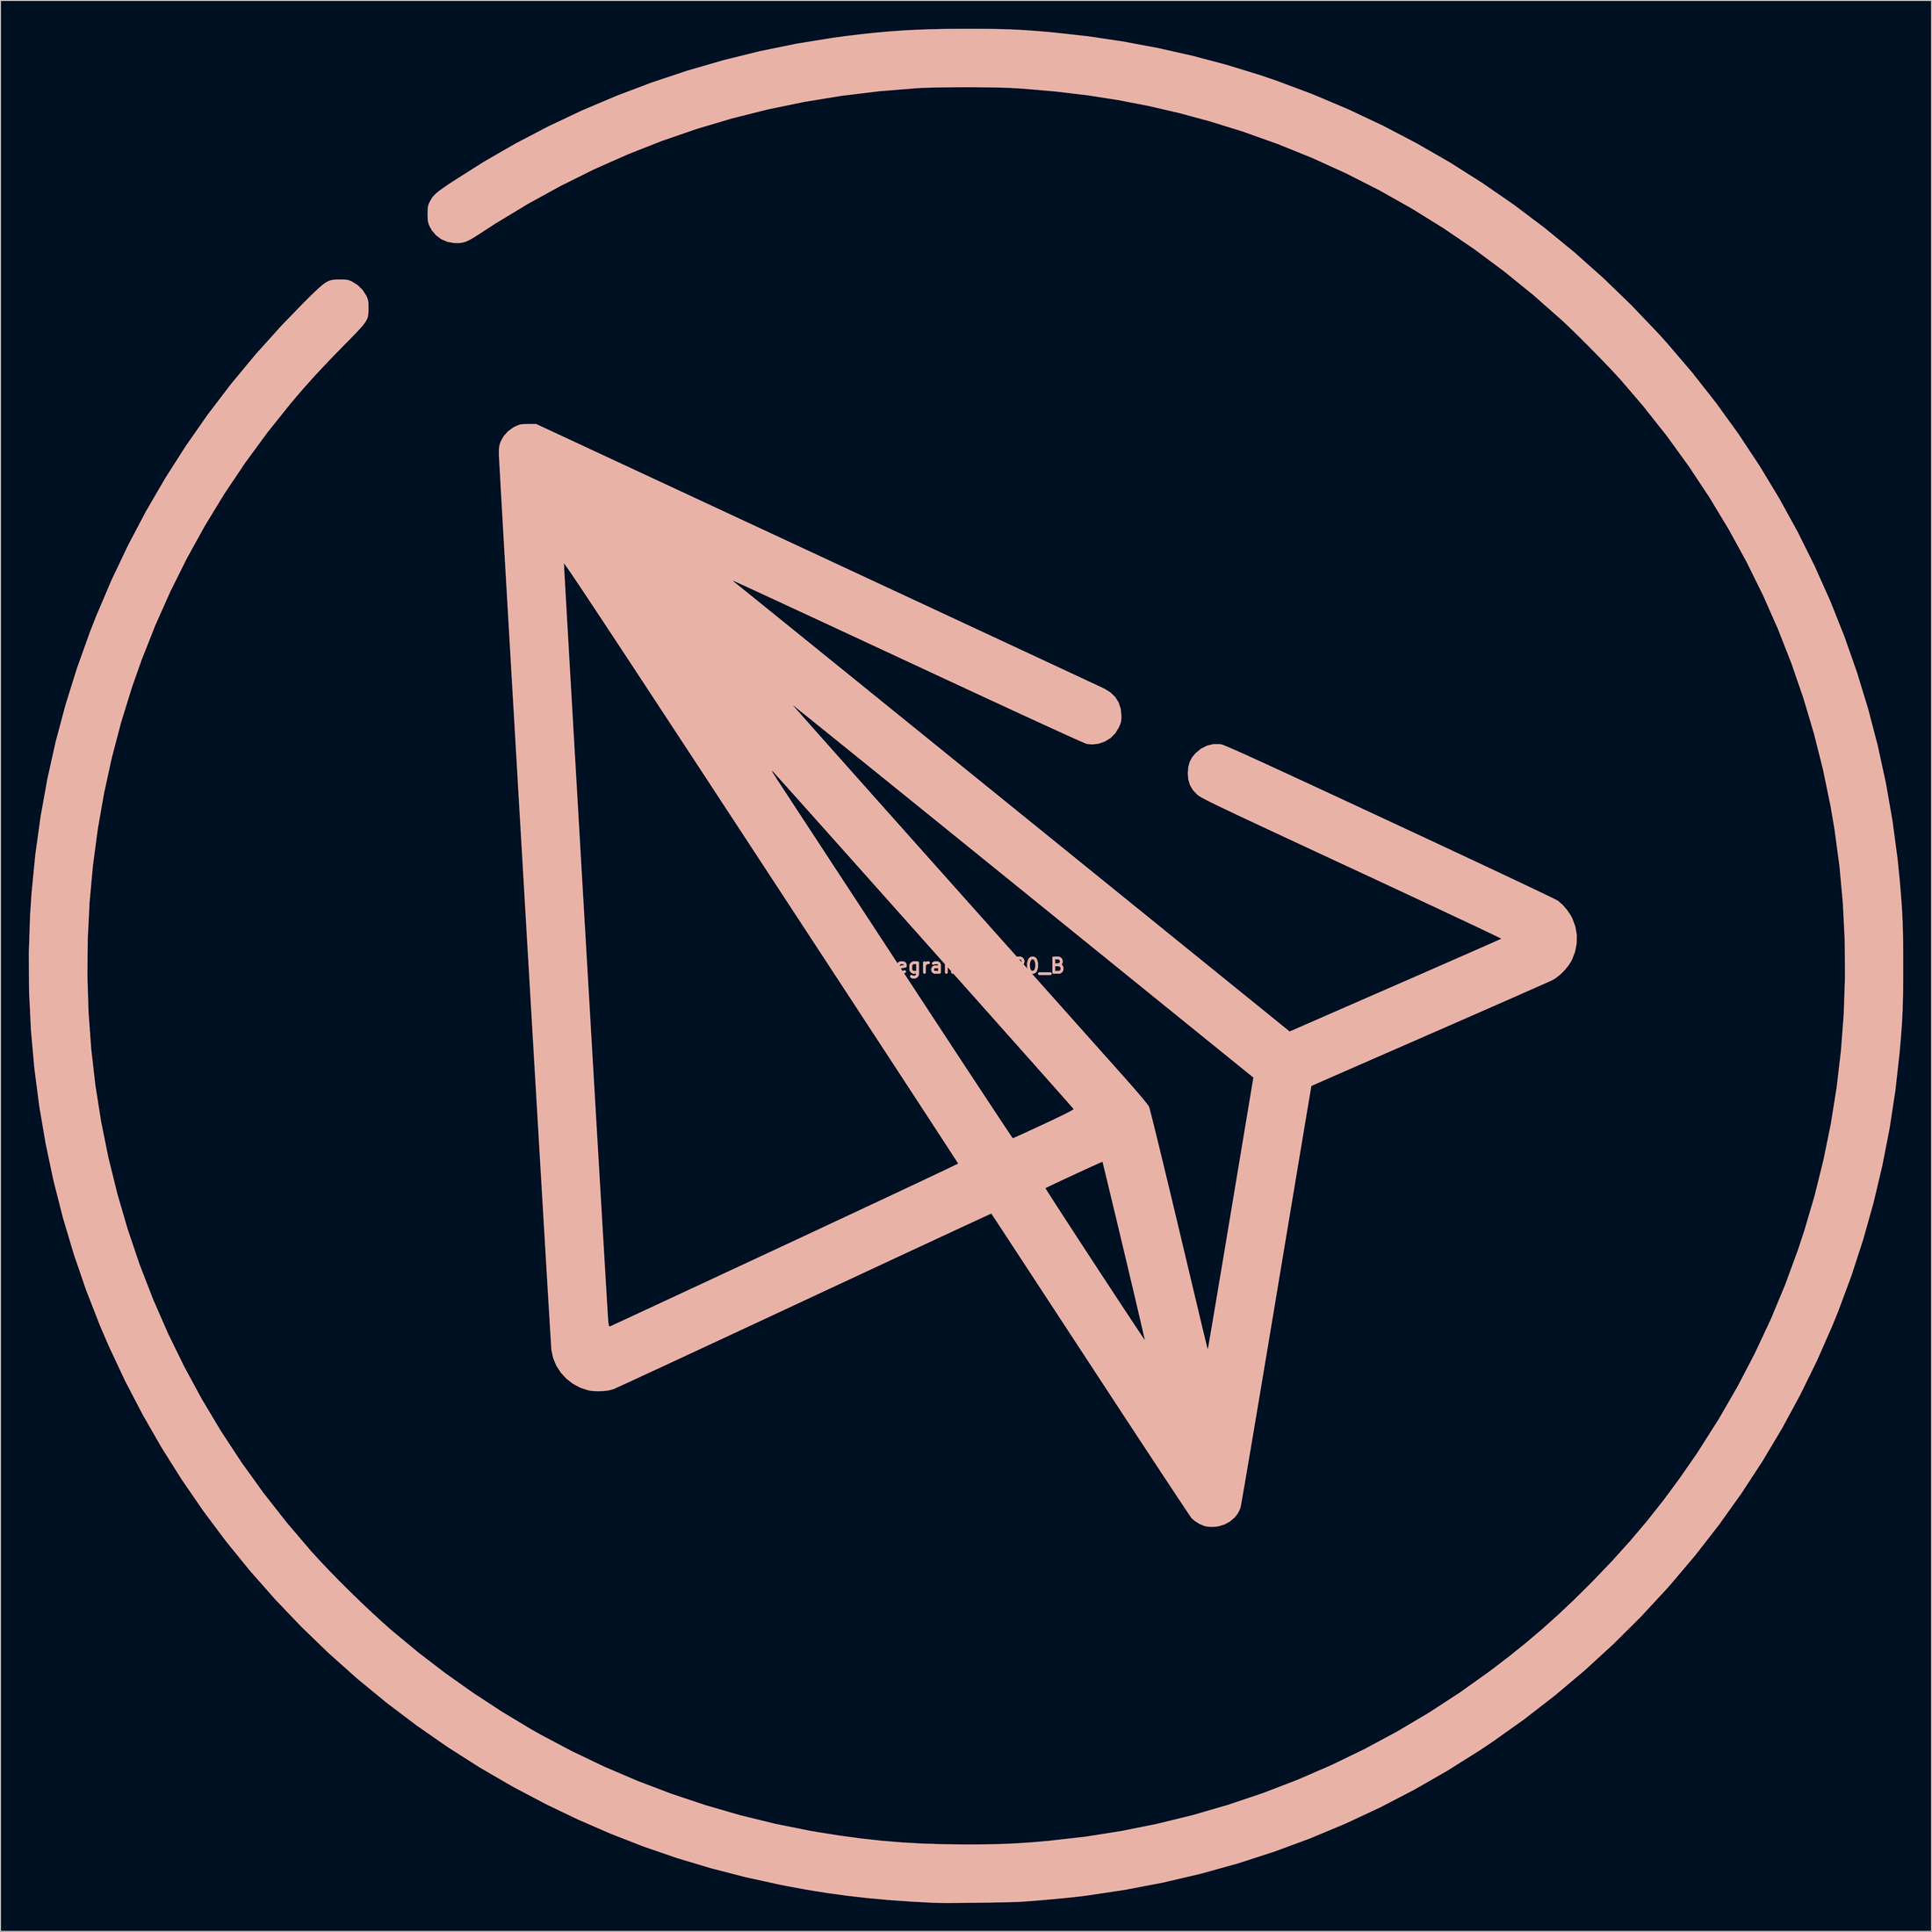
<source format=kicad_pcb>
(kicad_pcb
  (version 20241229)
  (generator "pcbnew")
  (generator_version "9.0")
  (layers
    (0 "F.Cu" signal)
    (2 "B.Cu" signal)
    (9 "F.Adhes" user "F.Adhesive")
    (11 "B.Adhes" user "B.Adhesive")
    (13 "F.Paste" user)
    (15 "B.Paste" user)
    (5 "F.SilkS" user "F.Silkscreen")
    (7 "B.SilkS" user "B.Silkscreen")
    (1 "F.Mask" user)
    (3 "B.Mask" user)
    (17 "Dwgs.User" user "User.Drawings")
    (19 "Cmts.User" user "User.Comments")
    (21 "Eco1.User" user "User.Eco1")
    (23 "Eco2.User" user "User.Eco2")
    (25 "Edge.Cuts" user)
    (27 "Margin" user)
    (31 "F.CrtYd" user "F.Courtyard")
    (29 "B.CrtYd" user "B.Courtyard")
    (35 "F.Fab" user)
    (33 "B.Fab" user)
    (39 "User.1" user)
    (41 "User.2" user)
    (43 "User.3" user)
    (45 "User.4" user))
  (footprint "telegram_20x20_B"
    (layer "F.Cu")
    (at 99.396 99.356)
    (property "Reference" "telegram_20x20_B" (at 0 0 0) (layer "B.SilkS") (effects (font (size 1.524 1.524) (thickness 0.3))))
    (attr through_hole)
    (fp_poly (pts (xy 1.18 -99.349) (xy 2.22 -99.343) (xy 3.151 -99.331) (xy 4.002 -99.311) (xy 4.802 -99.284) (xy 5.582 -99.247) (xy 6.372 -99.199) (xy 7.201 -99.139) (xy 8.099 -99.066) (xy 9.095 -98.978) (xy 9.186 -98.97) (xy 12.913 -98.559) (xy 16.649 -98.002) (xy 20.373 -97.305) (xy 24.058 -96.473) (xy 27.681 -95.51) (xy 31.218 -94.422) (xy 32.874 -93.858) (xy 36.713 -92.42) (xy 40.478 -90.83) (xy 44.167 -89.09) (xy 47.776 -87.203) (xy 51.302 -85.171) (xy 54.741 -82.995) (xy 58.09 -80.68) (xy 61.345 -78.226) (xy 64.503 -75.637) (xy 67.56 -72.914) (xy 70.512 -70.06) (xy 73.357 -67.078) (xy 74.311 -66.022) (xy 76.977 -62.902) (xy 79.503 -59.69) (xy 81.886 -56.389) (xy 84.126 -53.004) (xy 86.219 -49.539) (xy 88.165 -45.998) (xy 89.961 -42.384) (xy 91.607 -38.701) (xy 93.1 -34.955) (xy 94.438 -31.148) (xy 95.62 -27.284) (xy 96.644 -23.369) (xy 97.508 -19.404) (xy 98.211 -15.396) (xy 98.751 -11.347) (xy 98.97 -9.186) (xy 99.059 -8.18) (xy 99.133 -7.275) (xy 99.194 -6.441) (xy 99.243 -5.649) (xy 99.281 -4.869) (xy 99.309 -4.072) (xy 99.329 -3.226) (xy 99.342 -2.304) (xy 99.349 -1.274) (xy 99.351 -0.107) (xy 99.351 0) (xy 99.349 1.18) (xy 99.343 2.22) (xy 99.331 3.151) (xy 99.311 4.002) (xy 99.284 4.802) (xy 99.247 5.582) (xy 99.199 6.372) (xy 99.139 7.201) (xy 99.066 8.099) (xy 98.978 9.095) (xy 98.97 9.186) (xy 98.522 13.206) (xy 97.911 17.208) (xy 97.137 21.182) (xy 96.203 25.119) (xy 95.112 29.008) (xy 93.866 32.841) (xy 92.468 36.607) (xy 91.864 38.099) (xy 90.228 41.821) (xy 88.44 45.472) (xy 86.502 49.047) (xy 84.417 52.542) (xy 82.188 55.951) (xy 79.817 59.271) (xy 77.308 62.497) (xy 74.663 65.624) (xy 74.324 66.007) (xy 71.506 69.046) (xy 68.581 71.953) (xy 65.549 74.73) (xy 62.408 77.376) (xy 59.159 79.893) (xy 55.8 82.281) (xy 54.483 83.162) (xy 51.018 85.342) (xy 47.481 87.368) (xy 43.875 89.241) (xy 40.202 90.958) (xy 36.463 92.52) (xy 32.661 93.926) (xy 28.798 95.175) (xy 24.876 96.266) (xy 20.897 97.198) (xy 16.863 97.971) (xy 12.776 98.584) (xy 12.404 98.631) (xy 11.695 98.715) (xy 10.857 98.805) (xy 9.928 98.897) (xy 8.948 98.989) (xy 7.956 99.075) (xy 6.99 99.154) (xy 6.091 99.221) (xy 5.927 99.232) (xy 5.572 99.25) (xy 5.074 99.269) (xy 4.456 99.286) (xy 3.742 99.303) (xy 2.956 99.318) (xy 2.122 99.332) (xy 1.263 99.343) (xy 0.404 99.353) (xy -0.432 99.36) (xy -1.222 99.365) (xy -1.94 99.367) (xy -2.564 99.365) (xy -3.07 99.359) (xy -3.433 99.35) (xy -3.471 99.348) (xy -5.929 99.216) (xy -8.252 99.05) (xy -10.474 98.846) (xy -12.628 98.601) (xy -14.746 98.31) (xy -16.861 97.97) (xy -19.005 97.576) (xy -19.643 97.451) (xy -23.412 96.626) (xy -27.078 95.68) (xy -30.664 94.604) (xy -34.189 93.391) (xy -37.676 92.033) (xy -41.148 90.524) (xy -44.467 88.934) (xy -48.051 87.048) (xy -51.549 85.018) (xy -54.956 82.849) (xy -58.27 80.546) (xy -61.484 78.113) (xy -64.596 75.554) (xy -67.602 72.873) (xy -70.497 70.075) (xy -73.277 67.165) (xy -75.938 64.146) (xy -78.477 61.024) (xy -80.888 57.801) (xy -83.168 54.484) (xy -85.314 51.075) (xy -87.32 47.58) (xy -89.183 44.003) (xy -90.898 40.348) (xy -91.851 38.131) (xy -93.312 34.388) (xy -94.619 30.58) (xy -95.772 26.715) (xy -96.768 22.799) (xy -97.606 18.843) (xy -98.286 14.852) (xy -98.805 10.836) (xy -99.164 6.803) (xy -99.359 2.76) (xy -99.391 -1.285) (xy -99.257 -5.323) (xy -99.101 -7.689) (xy -98.699 -11.792) (xy -98.139 -15.837) (xy -97.42 -19.828) (xy -96.54 -23.768) (xy -95.499 -27.664) (xy -94.296 -31.519) (xy -92.929 -35.339) (xy -92.246 -37.084) (xy -90.632 -40.872) (xy -88.874 -44.569) (xy -86.974 -48.177) (xy -84.93 -51.693) (xy -82.745 -55.118) (xy -80.417 -58.451) (xy -77.947 -61.691) (xy -75.336 -64.839) (xy -72.583 -67.894) (xy -70.358 -70.191) (xy -69.732 -70.816) (xy -69.208 -71.331) (xy -68.77 -71.747) (xy -68.402 -72.074) (xy -68.088 -72.323) (xy -67.811 -72.504) (xy -67.556 -72.629) (xy -67.306 -72.707) (xy -67.044 -72.75) (xy -66.755 -72.767) (xy -66.422 -72.771) (xy -66.421 -72.771) (xy -66.011 -72.766) (xy -65.716 -72.744) (xy -65.484 -72.697) (xy -65.261 -72.614) (xy -65.088 -72.532) (xy -64.502 -72.156) (xy -63.999 -71.655) (xy -63.619 -71.07) (xy -63.612 -71.056) (xy -63.499 -70.809) (xy -63.429 -70.591) (xy -63.391 -70.348) (xy -63.377 -70.027) (xy -63.376 -69.723) (xy -63.379 -69.408) (xy -63.393 -69.138) (xy -63.427 -68.896) (xy -63.493 -68.665) (xy -63.601 -68.432) (xy -63.761 -68.178) (xy -63.985 -67.889) (xy -64.281 -67.549) (xy -64.662 -67.141) (xy -65.137 -66.651) (xy -65.717 -66.06) (xy -65.939 -65.836) (xy -67.109 -64.638) (xy -68.174 -63.522) (xy -69.156 -62.464) (xy -70.08 -61.436) (xy -70.969 -60.412) (xy -71.618 -59.644) (xy -74.116 -56.521) (xy -76.467 -53.315) (xy -78.67 -50.028) (xy -80.724 -46.66) (xy -82.629 -43.214) (xy -84.384 -39.69) (xy -85.988 -36.09) (xy -87.44 -32.416) (xy -88.45 -29.549) (xy -89.593 -25.861) (xy -90.579 -22.117) (xy -91.409 -18.325) (xy -92.08 -14.494) (xy -92.594 -10.633) (xy -92.949 -6.749) (xy -93.144 -2.853) (xy -93.181 1.049) (xy -93.058 4.946) (xy -92.774 8.831) (xy -92.33 12.695) (xy -91.724 16.528) (xy -90.967 20.278) (xy -90.016 24.138) (xy -88.906 27.941) (xy -87.639 31.682) (xy -86.216 35.359) (xy -84.64 38.968) (xy -82.911 42.508) (xy -81.031 45.974) (xy -79.003 49.364) (xy -76.826 52.675) (xy -74.503 55.903) (xy -72.035 59.047) (xy -69.462 62.061) (xy -68.561 63.049) (xy -67.554 64.113) (xy -66.47 65.223) (xy -65.337 66.351) (xy -64.184 67.47) (xy -63.039 68.552) (xy -61.931 69.568) (xy -60.888 70.49) (xy -60.832 70.538) (xy -58.103 72.8) (xy -55.243 74.99) (xy -52.283 77.088) (xy -49.253 79.071) (xy -46.183 80.919) (xy -45.17 81.493) (xy -41.819 83.271) (xy -38.375 84.916) (xy -34.853 86.423) (xy -31.266 87.787) (xy -27.628 89.003) (xy -23.955 90.067) (xy -20.26 90.972) (xy -16.557 91.715) (xy -15.721 91.86) (xy -13.401 92.226) (xy -11.184 92.526) (xy -9.023 92.764) (xy -6.876 92.943) (xy -4.699 93.067) (xy -2.447 93.139) (xy -0.077 93.163) (xy 0 93.163) (xy 1.278 93.159) (xy 2.426 93.146) (xy 3.481 93.122) (xy 4.483 93.086) (xy 5.47 93.035) (xy 6.481 92.969) (xy 7.553 92.886) (xy 8.678 92.787) (xy 12.559 92.35) (xy 16.415 91.746) (xy 20.24 90.978) (xy 24.028 90.049) (xy 27.774 88.96) (xy 31.472 87.714) (xy 35.117 86.313) (xy 38.703 84.76) (xy 42.223 83.055) (xy 45.673 81.202) (xy 49.047 79.203) (xy 52.338 77.059) (xy 55.542 74.774) (xy 55.662 74.684) (xy 57.551 73.238) (xy 59.336 71.803) (xy 61.052 70.347) (xy 62.736 68.84) (xy 64.421 67.25) (xy 66.145 65.546) (xy 66.421 65.267) (xy 68.475 63.123) (xy 70.397 60.992) (xy 72.217 58.84) (xy 73.961 56.631) (xy 75.66 54.33) (xy 77.341 51.903) (xy 77.682 51.393) (xy 79.818 48.025) (xy 81.8 44.586) (xy 83.629 41.078) (xy 85.304 37.5) (xy 86.823 33.857) (xy 88.186 30.147) (xy 88.846 28.152) (xy 89.95 24.405) (xy 90.893 20.611) (xy 91.675 16.778) (xy 92.295 12.911) (xy 92.753 9.019) (xy 93.048 5.109) (xy 93.18 1.187) (xy 93.149 -2.738) (xy 92.954 -6.66) (xy 92.595 -10.571) (xy 92.07 -14.464) (xy 91.65 -16.933) (xy 90.853 -20.794) (xy 89.894 -24.607) (xy 88.775 -28.37) (xy 87.498 -32.079) (xy 86.065 -35.728) (xy 84.478 -39.315) (xy 82.739 -42.835) (xy 80.85 -46.284) (xy 78.813 -49.658) (xy 76.629 -52.954) (xy 74.302 -56.167) (xy 71.832 -59.293) (xy 69.462 -62.061) (xy 68.942 -62.633) (xy 68.322 -63.296) (xy 67.629 -64.022) (xy 66.887 -64.787) (xy 66.121 -65.566) (xy 65.356 -66.332) (xy 64.618 -67.061) (xy 63.931 -67.727) (xy 63.32 -68.305) (xy 63.161 -68.452) (xy 60.146 -71.113) (xy 57.041 -73.631) (xy 53.85 -76.005) (xy 50.575 -78.233) (xy 47.219 -80.314) (xy 43.783 -82.247) (xy 40.271 -84.03) (xy 36.684 -85.662) (xy 33.025 -87.142) (xy 29.297 -88.468) (xy 25.823 -89.546) (xy 22.608 -90.416) (xy 19.393 -91.162) (xy 16.15 -91.79) (xy 12.856 -92.303) (xy 9.482 -92.706) (xy 6.005 -93.004) (xy 5.165 -93.06) (xy 4.549 -93.09) (xy 3.793 -93.115) (xy 2.925 -93.135) (xy 1.973 -93.148) (xy 0.965 -93.157) (xy -0.069 -93.159) (xy -1.102 -93.156) (xy -2.105 -93.147) (xy -3.049 -93.133) (xy -3.906 -93.113) (xy -4.648 -93.087) (xy -5.165 -93.061) (xy -9.226 -92.732) (xy -13.222 -92.246) (xy -17.153 -91.605) (xy -21.022 -90.806) (xy -24.831 -89.85) (xy -28.58 -88.736) (xy -32.271 -87.463) (xy -35.907 -86.031) (xy -39.488 -84.44) (xy -43.017 -82.688) (xy -46.495 -80.775) (xy -49.924 -78.701) (xy -51.658 -77.578) (xy -52.204 -77.227) (xy -52.651 -76.969) (xy -53.032 -76.792) (xy -53.382 -76.685) (xy -53.732 -76.636) (xy -54.118 -76.632) (xy -54.306 -76.641) (xy -55.009 -76.767) (xy -55.649 -77.041) (xy -56.203 -77.45) (xy -56.654 -77.981) (xy -56.882 -78.385) (xy -56.99 -78.637) (xy -57.057 -78.867) (xy -57.093 -79.131) (xy -57.106 -79.482) (xy -57.108 -79.714) (xy -57.103 -80.121) (xy -57.082 -80.411) (xy -57.036 -80.637) (xy -56.955 -80.849) (xy -56.869 -81.026) (xy -56.733 -81.273) (xy -56.587 -81.493) (xy -56.41 -81.703) (xy -56.184 -81.919) (xy -55.889 -82.158) (xy -55.506 -82.439) (xy -55.017 -82.776) (xy -54.462 -83.148) (xy -51.169 -85.235) (xy -47.772 -87.192) (xy -44.282 -89.016) (xy -40.707 -90.704) (xy -37.056 -92.252) (xy -33.34 -93.656) (xy -29.568 -94.914) (xy -25.75 -96.02) (xy -21.894 -96.973) (xy -18.011 -97.768) (xy -14.11 -98.402) (xy -12.742 -98.585) (xy -11.14 -98.778) (xy -9.63 -98.939) (xy -8.177 -99.07) (xy -6.744 -99.173) (xy -5.295 -99.25) (xy -3.795 -99.304) (xy -2.208 -99.337) (xy -0.499 -99.351) (xy 0 -99.351) (xy 1.18 -99.349)) (stroke (width 0.01) (type solid)) (fill yes) (layer "B.SilkS"))
    (fp_poly (pts (xy -15.79 -43.571) (xy -13.654 -42.576) (xy -11.554 -41.598) (xy -9.496 -40.64) (xy -7.485 -39.703) (xy -5.526 -38.791) (xy -3.625 -37.906) (xy -1.788 -37.05) (xy -0.019 -36.226) (xy 1.676 -35.436) (xy 3.292 -34.683) (xy 4.823 -33.97) (xy 6.264 -33.298) (xy 7.609 -32.671) (xy 8.854 -32.091) (xy 9.993 -31.56) (xy 11.02 -31.081) (xy 11.93 -30.657) (xy 12.718 -30.289) (xy 13.379 -29.98) (xy 13.907 -29.734) (xy 14.296 -29.552) (xy 14.542 -29.436) (xy 14.633 -29.393) (xy 15.285 -28.996) (xy 15.794 -28.507) (xy 16.16 -27.928) (xy 16.38 -27.263) (xy 16.454 -26.541) (xy 16.447 -26.157) (xy 16.409 -25.866) (xy 16.323 -25.59) (xy 16.197 -25.3) (xy 15.818 -24.673) (xy 15.329 -24.173) (xy 14.726 -23.797) (xy 14.702 -23.786) (xy 14.019 -23.549) (xy 13.334 -23.473) (xy 12.781 -23.532) (xy 12.654 -23.578) (xy 12.378 -23.695) (xy 11.957 -23.88) (xy 11.396 -24.131) (xy 10.697 -24.446) (xy 9.866 -24.824) (xy 8.906 -25.262) (xy 7.822 -25.759) (xy 6.617 -26.313) (xy 5.296 -26.922) (xy 3.863 -27.584) (xy 2.323 -28.297) (xy 0.678 -29.06) (xy -1.066 -29.869) (xy -2.906 -30.724) (xy -4.837 -31.623) (xy -6.181 -32.249) (xy -7.855 -33.029) (xy -9.489 -33.789) (xy -11.076 -34.527) (xy -12.609 -35.24) (xy -14.081 -35.925) (xy -15.487 -36.578) (xy -16.819 -37.196) (xy -18.071 -37.777) (xy -19.236 -38.317) (xy -20.308 -38.813) (xy -21.279 -39.262) (xy -22.144 -39.662) (xy -22.895 -40.008) (xy -23.526 -40.298) (xy -24.03 -40.529) (xy -24.402 -40.698) (xy -24.633 -40.801) (xy -24.717 -40.836) (xy -24.718 -40.836) (xy -24.688 -40.772) (xy -24.591 -40.689) (xy -24.514 -40.629) (xy -24.311 -40.465) (xy -23.984 -40.202) (xy -23.538 -39.842) (xy -22.978 -39.39) (xy -22.308 -38.848) (xy -21.531 -38.22) (xy -20.652 -37.51) (xy -19.676 -36.72) (xy -18.606 -35.855) (xy -17.447 -34.918) (xy -16.204 -33.911) (xy -14.879 -32.84) (xy -13.478 -31.707) (xy -12.005 -30.515) (xy -10.464 -29.268) (xy -8.86 -27.969) (xy -7.195 -26.622) (xy -5.476 -25.231) (xy -3.706 -23.798) (xy -1.889 -22.327) (xy -0.029 -20.822) (xy 1.869 -19.286) (xy 3.8 -17.722) (xy 4.36 -17.268) (xy 6.305 -15.694) (xy 8.219 -14.145) (xy 10.097 -12.624) (xy 11.936 -11.135) (xy 13.73 -9.683) (xy 15.477 -8.269) (xy 17.17 -6.898) (xy 18.807 -5.573) (xy 20.382 -4.298) (xy 21.891 -3.076) (xy 23.331 -1.91) (xy 24.696 -0.805) (xy 25.983 0.237) (xy 27.186 1.211) (xy 28.302 2.115) (xy 29.327 2.944) (xy 30.256 3.696) (xy 31.084 4.367) (xy 31.808 4.953) (xy 32.423 5.451) (xy 32.925 5.857) (xy 33.309 6.168) (xy 33.572 6.38) (xy 33.708 6.491) (xy 33.721 6.502) (xy 34.296 6.966) (xy 45.49 2.074) (xy 46.796 1.503) (xy 48.06 0.95) (xy 49.272 0.419) (xy 50.425 -0.086) (xy 51.509 -0.561) (xy 52.516 -1.003) (xy 53.437 -1.408) (xy 54.264 -1.771) (xy 54.987 -2.089) (xy 55.598 -2.359) (xy 56.088 -2.576) (xy 56.448 -2.736) (xy 56.671 -2.837) (xy 56.746 -2.872) (xy 56.677 -2.913) (xy 56.461 -3.021) (xy 56.105 -3.194) (xy 55.617 -3.428) (xy 55.004 -3.72) (xy 54.273 -4.066) (xy 53.431 -4.464) (xy 52.485 -4.91) (xy 51.443 -5.4) (xy 50.31 -5.931) (xy 49.095 -6.5) (xy 47.805 -7.104) (xy 46.446 -7.739) (xy 45.026 -8.401) (xy 43.552 -9.089) (xy 42.031 -9.797) (xy 40.881 -10.332) (xy 39.034 -11.19) (xy 37.335 -11.981) (xy 35.777 -12.706) (xy 34.354 -13.369) (xy 33.059 -13.973) (xy 31.886 -14.52) (xy 30.828 -15.015) (xy 29.88 -15.459) (xy 29.035 -15.856) (xy 28.287 -16.209) (xy 27.629 -16.521) (xy 27.055 -16.795) (xy 26.559 -17.035) (xy 26.135 -17.242) (xy 25.775 -17.42) (xy 25.475 -17.572) (xy 25.227 -17.701) (xy 25.025 -17.81) (xy 24.863 -17.903) (xy 24.734 -17.981) (xy 24.633 -18.049) (xy 24.553 -18.109) (xy 24.487 -18.164) (xy 24.47 -18.179) (xy 24.016 -18.672) (xy 23.713 -19.197) (xy 23.547 -19.789) (xy 23.502 -20.405) (xy 23.549 -21.072) (xy 23.702 -21.635) (xy 23.975 -22.133) (xy 24.328 -22.551) (xy 24.894 -23.019) (xy 25.518 -23.338) (xy 26.183 -23.501) (xy 26.87 -23.503) (xy 27.029 -23.48) (xy 27.12 -23.456) (xy 27.269 -23.403) (xy 27.481 -23.32) (xy 27.761 -23.204) (xy 28.114 -23.052) (xy 28.546 -22.863) (xy 29.061 -22.633) (xy 29.665 -22.362) (xy 30.362 -22.046) (xy 31.158 -21.682) (xy 32.059 -21.27) (xy 33.068 -20.805) (xy 34.192 -20.287) (xy 35.434 -19.712) (xy 36.802 -19.079) (xy 38.298 -18.385) (xy 39.93 -17.627) (xy 41.701 -16.804) (xy 43.617 -15.912) (xy 44.945 -15.294) (xy 46.732 -14.461) (xy 48.455 -13.658) (xy 50.109 -12.885) (xy 51.687 -12.147) (xy 53.184 -11.446) (xy 54.595 -10.784) (xy 55.913 -10.164) (xy 57.133 -9.59) (xy 58.25 -9.063) (xy 59.257 -8.586) (xy 60.148 -8.162) (xy 60.919 -7.794) (xy 61.563 -7.484) (xy 62.075 -7.235) (xy 62.449 -7.051) (xy 62.679 -6.932) (xy 62.754 -6.889) (xy 63.243 -6.459) (xy 63.709 -5.922) (xy 64.104 -5.336) (xy 64.261 -5.039) (xy 64.583 -4.176) (xy 64.739 -3.289) (xy 64.731 -2.392) (xy 64.558 -1.499) (xy 64.221 -0.624) (xy 64.21 -0.601) (xy 63.888 -0.071) (xy 63.459 0.46) (xy 62.967 0.946) (xy 62.456 1.34) (xy 62.188 1.498) (xy 62.054 1.561) (xy 61.775 1.688) (xy 61.357 1.875) (xy 60.81 2.118) (xy 60.142 2.414) (xy 59.362 2.759) (xy 58.479 3.148) (xy 57.501 3.579) (xy 56.437 4.047) (xy 55.295 4.549) (xy 54.084 5.08) (xy 52.813 5.638) (xy 51.49 6.217) (xy 50.124 6.815) (xy 49.149 7.241) (xy 47.767 7.846) (xy 46.428 8.431) (xy 45.139 8.995) (xy 43.909 9.533) (xy 42.746 10.042) (xy 41.658 10.518) (xy 40.654 10.958) (xy 39.741 11.357) (xy 38.928 11.713) (xy 38.223 12.022) (xy 37.634 12.28) (xy 37.17 12.484) (xy 36.838 12.63) (xy 36.646 12.715) (xy 36.6 12.735) (xy 36.585 12.819) (xy 36.543 13.063) (xy 36.476 13.46) (xy 36.384 14.004) (xy 36.269 14.687) (xy 36.132 15.503) (xy 35.974 16.444) (xy 35.797 17.505) (xy 35.601 18.677) (xy 35.387 19.955) (xy 35.157 21.331) (xy 34.912 22.798) (xy 34.654 24.35) (xy 34.382 25.98) (xy 34.098 27.68) (xy 33.804 29.445) (xy 33.501 31.266) (xy 33.189 33.138) (xy 32.898 34.887) (xy 32.579 36.804) (xy 32.266 38.68) (xy 31.961 40.509) (xy 31.664 42.282) (xy 31.378 43.993) (xy 31.102 45.635) (xy 30.839 47.2) (xy 30.59 48.683) (xy 30.355 50.075) (xy 30.136 51.37) (xy 29.934 52.56) (xy 29.75 53.639) (xy 29.586 54.599) (xy 29.443 55.433) (xy 29.322 56.135) (xy 29.223 56.697) (xy 29.149 57.113) (xy 29.101 57.374) (xy 29.08 57.471) (xy 28.827 58.028) (xy 28.438 58.522) (xy 27.938 58.935) (xy 27.354 59.246) (xy 26.713 59.436) (xy 26.331 59.483) (xy 25.882 59.486) (xy 25.48 59.447) (xy 25.309 59.41) (xy 24.777 59.2) (xy 24.273 58.893) (xy 23.908 58.575) (xy 23.837 58.479) (xy 23.678 58.247) (xy 23.435 57.886) (xy 23.112 57.403) (xy 22.714 56.805) (xy 22.244 56.096) (xy 21.707 55.285) (xy 21.107 54.377) (xy 20.449 53.38) (xy 19.736 52.298) (xy 18.973 51.14) (xy 18.165 49.911) (xy 17.315 48.617) (xy 16.428 47.266) (xy 15.508 45.864) (xy 14.56 44.417) (xy 13.587 42.932) (xy 13.167 42.291) (xy 12.188 40.795) (xy 11.233 39.338) (xy 10.307 37.924) (xy 9.414 36.56) (xy 8.558 35.253) (xy 7.743 34.008) (xy 6.973 32.833) (xy 6.253 31.734) (xy 5.587 30.716) (xy 4.978 29.787) (xy 4.431 28.952) (xy 3.949 28.217) (xy 3.538 27.59) (xy 3.202 27.077) (xy 2.943 26.683) (xy 2.768 26.416) (xy 2.679 26.28) (xy 2.668 26.264) (xy 2.59 26.298) (xy 2.366 26.399) (xy 2.001 26.567) (xy 1.501 26.797) (xy 0.874 27.087) (xy 0.125 27.434) (xy -0.738 27.835) (xy -1.711 28.286) (xy -2.785 28.786) (xy -3.955 29.33) (xy -5.215 29.916) (xy -6.558 30.541) (xy -7.977 31.202) (xy -9.467 31.896) (xy -11.02 32.62) (xy -12.631 33.371) (xy -14.292 34.146) (xy -15.999 34.942) (xy -17.156 35.482) (xy -18.894 36.293) (xy -20.595 37.087) (xy -22.252 37.859) (xy -23.859 38.608) (xy -25.409 39.33) (xy -26.895 40.022) (xy -28.311 40.68) (xy -29.65 41.303) (xy -30.906 41.886) (xy -32.072 42.428) (xy -33.141 42.924) (xy -34.107 43.371) (xy -34.964 43.767) (xy -35.704 44.109) (xy -36.321 44.393) (xy -36.808 44.616) (xy -37.159 44.776) (xy -37.368 44.869) (xy -37.423 44.892) (xy -37.916 45.019) (xy -38.507 45.093) (xy -39.132 45.11) (xy -39.727 45.07) (xy -40.079 45.008) (xy -40.931 44.726) (xy -41.711 44.307) (xy -42.402 43.767) (xy -42.989 43.124) (xy -43.458 42.395) (xy -43.791 41.596) (xy -43.976 40.744) (xy -43.978 40.722) (xy -43.988 40.598) (xy -44.007 40.312) (xy -44.035 39.868) (xy -44.071 39.273) (xy -44.117 38.532) (xy -44.17 37.652) (xy -44.231 36.638) (xy -44.3 35.496) (xy -44.376 34.233) (xy -44.458 32.853) (xy -44.547 31.363) (xy -44.642 29.769) (xy -44.742 28.077) (xy -44.848 26.292) (xy -44.959 24.421) (xy -45.074 22.469) (xy -45.194 20.443) (xy -45.318 18.347) (xy -45.445 16.189) (xy -45.576 13.973) (xy -45.71 11.707) (xy -45.846 9.395) (xy -45.984 7.044) (xy -46.124 4.659) (xy -46.266 2.247) (xy -46.409 -0.187) (xy -46.553 -2.637) (xy -46.697 -5.097) (xy -46.842 -7.561) (xy -46.986 -10.023) (xy -47.13 -12.477) (xy -47.273 -14.917) (xy -47.415 -17.338) (xy -47.555 -19.734) (xy -47.693 -22.098) (xy -47.829 -24.425) (xy -47.962 -26.708) (xy -48.093 -28.943) (xy -48.22 -31.123) (xy -48.343 -33.242) (xy -48.463 -35.294) (xy -48.578 -37.274) (xy -48.688 -39.175) (xy -48.794 -40.991) (xy -48.891 -42.67) (xy -42.654 -42.67) (xy -42.65 -42.576) (xy -42.637 -42.319) (xy -42.615 -41.906) (xy -42.583 -41.343) (xy -42.543 -40.636) (xy -42.496 -39.792) (xy -42.44 -38.817) (xy -42.377 -37.718) (xy -42.307 -36.5) (xy -42.231 -35.171) (xy -42.148 -33.736) (xy -42.059 -32.202) (xy -41.965 -30.575) (xy -41.866 -28.862) (xy -41.762 -27.069) (xy -41.654 -25.202) (xy -41.541 -23.267) (xy -41.425 -21.272) (xy -41.306 -19.222) (xy -41.184 -17.124) (xy -41.059 -14.984) (xy -40.932 -12.808) (xy -40.804 -10.603) (xy -40.674 -8.375) (xy -40.543 -6.131) (xy -40.411 -3.877) (xy -40.279 -1.619) (xy -40.147 0.637) (xy -40.016 2.884) (xy -39.885 5.115) (xy -39.756 7.325) (xy -39.628 9.507) (xy -39.502 11.654) (xy -39.378 13.761) (xy -39.257 15.82) (xy -39.14 17.826) (xy -39.025 19.773) (xy -38.914 21.653) (xy -38.808 23.461) (xy -38.706 25.19) (xy -38.609 26.834) (xy -38.517 28.386) (xy -38.431 29.84) (xy -38.351 31.19) (xy -38.277 32.429) (xy -38.21 33.552) (xy -38.15 34.551) (xy -38.098 35.42) (xy -38.054 36.153) (xy -38.017 36.744) (xy -37.99 37.186) (xy -37.971 37.473) (xy -37.964 37.575) (xy -37.925 37.954) (xy -37.878 38.176) (xy -37.819 38.253) (xy -37.806 38.252) (xy -37.721 38.215) (xy -37.489 38.109) (xy -37.117 37.937) (xy -36.611 37.703) (xy -35.979 37.41) (xy -35.227 37.061) (xy -34.361 36.659) (xy -33.389 36.207) (xy -32.317 35.709) (xy -31.151 35.166) (xy -29.899 34.583) (xy -28.567 33.963) (xy -27.161 33.308) (xy -25.689 32.622) (xy -24.157 31.908) (xy -22.571 31.169) (xy -20.939 30.409) (xy -19.277 29.633) (xy -17.606 28.854) (xy -15.976 28.093) (xy -14.394 27.353) (xy -12.865 26.638) (xy -11.397 25.951) (xy -9.997 25.295) (xy -8.67 24.673) (xy -7.424 24.088) (xy -6.334 23.576) (xy 8.4 23.576) (xy 8.44 23.65) (xy 8.568 23.857) (xy 8.777 24.187) (xy 9.062 24.633) (xy 9.416 25.184) (xy 9.835 25.832) (xy 10.312 26.567) (xy 10.841 27.382) (xy 11.417 28.267) (xy 12.033 29.213) (xy 12.685 30.211) (xy 13.366 31.252) (xy 13.635 31.662) (xy 14.326 32.717) (xy 14.991 33.73) (xy 15.625 34.694) (xy 16.22 35.6) (xy 16.773 36.438) (xy 17.276 37.199) (xy 17.724 37.876) (xy 18.11 38.458) (xy 18.43 38.938) (xy 18.677 39.305) (xy 18.846 39.553) (xy 18.93 39.67) (xy 18.938 39.679) (xy 18.923 39.594) (xy 18.871 39.355) (xy 18.785 38.972) (xy 18.666 38.455) (xy 18.518 37.815) (xy 18.342 37.062) (xy 18.142 36.206) (xy 17.919 35.258) (xy 17.676 34.229) (xy 17.415 33.128) (xy 17.14 31.965) (xy 16.851 30.752) (xy 16.726 30.225) (xy 16.432 28.993) (xy 16.149 27.808) (xy 15.879 26.679) (xy 15.625 25.618) (xy 15.389 24.634) (xy 15.174 23.738) (xy 14.982 22.941) (xy 14.815 22.252) (xy 14.677 21.682) (xy 14.569 21.241) (xy 14.495 20.94) (xy 14.456 20.789) (xy 14.451 20.773) (xy 14.372 20.801) (xy 14.16 20.893) (xy 13.835 21.038) (xy 13.416 21.228) (xy 12.925 21.452) (xy 12.381 21.702) (xy 11.804 21.968) (xy 11.214 22.241) (xy 10.631 22.512) (xy 10.075 22.772) (xy 9.567 23.01) (xy 9.126 23.219) (xy 8.772 23.388) (xy 8.526 23.508) (xy 8.407 23.571) (xy 8.4 23.576) (xy -6.334 23.576) (xy -6.264 23.543) (xy -5.199 23.042) (xy -4.234 22.587) (xy -3.376 22.182) (xy -2.632 21.83) (xy -2.009 21.533) (xy -1.512 21.296) (xy -1.149 21.12) (xy -0.926 21.01) (xy -0.849 20.968) (xy -0.849 20.968) (xy -0.895 20.893) (xy -1.031 20.681) (xy -1.253 20.337) (xy -1.56 19.864) (xy -1.948 19.267) (xy -2.414 18.552) (xy -2.955 17.721) (xy -3.569 16.781) (xy -4.252 15.734) (xy -5.001 14.586) (xy -5.814 13.342) (xy -6.688 12.005) (xy -7.619 10.58) (xy -8.605 9.072) (xy -9.643 7.485) (xy -10.73 5.823) (xy -11.862 4.092) (xy -13.038 2.295) (xy -14.254 0.437) (xy -15.507 -1.477) (xy -16.795 -3.443) (xy -18.113 -5.457) (xy -19.46 -7.514) (xy -20.833 -9.61) (xy -21.738 -10.991) (xy -23.49 -13.666) (xy -25.152 -16.201) (xy -26.724 -18.6) (xy -28.091 -20.685) (xy -20.589 -20.685) (xy -20.589 -20.64) (xy -20.503 -20.477) (xy -20.33 -20.191) (xy -20.065 -19.775) (xy -19.756 -19.302) (xy -19.612 -19.083) (xy -19.38 -18.729) (xy -19.064 -18.248) (xy -18.669 -17.644) (xy -18.198 -16.926) (xy -17.657 -16.1) (xy -17.049 -15.172) (xy -16.379 -14.15) (xy -15.651 -13.039) (xy -14.87 -11.847) (xy -14.041 -10.581) (xy -13.166 -9.247) (xy -12.252 -7.851) (xy -11.302 -6.401) (xy -10.321 -4.904) (xy -9.313 -3.365) (xy -8.283 -1.792) (xy -7.234 -0.191) (xy -6.9 0.319) (xy -5.862 1.905) (xy -4.847 3.453) (xy -3.86 4.958) (xy -2.905 6.413) (xy -1.985 7.813) (xy -1.106 9.152) (xy -0.27 10.424) (xy 0.519 11.622) (xy 1.256 12.741) (xy 1.937 13.775) (xy 2.56 14.718) (xy 3.119 15.564) (xy 3.61 16.307) (xy 4.031 16.942) (xy 4.377 17.461) (xy 4.644 17.859) (xy 4.828 18.131) (xy 4.925 18.27) (xy 4.94 18.287) (xy 5.029 18.253) (xy 5.256 18.154) (xy 5.603 17.998) (xy 6.055 17.793) (xy 6.594 17.545) (xy 7.206 17.263) (xy 7.872 16.954) (xy 8.223 16.79) (xy 9.087 16.385) (xy 9.82 16.034) (xy 10.42 15.741) (xy 10.88 15.507) (xy 11.198 15.334) (xy 11.368 15.226) (xy 11.396 15.189) (xy 11.338 15.119) (xy 11.172 14.929) (xy 10.904 14.624) (xy 10.54 14.212) (xy 10.085 13.698) (xy 9.545 13.088) (xy 8.925 12.389) (xy 8.231 11.607) (xy 7.467 10.747) (xy 6.641 9.817) (xy 5.756 8.822) (xy 4.819 7.768) (xy 3.835 6.662) (xy 2.81 5.509) (xy 1.748 4.317) (xy 0.656 3.09) (xy -0.461 1.836) (xy -1.597 0.559) (xy -2.748 -0.732) (xy -3.907 -2.033) (xy -5.069 -3.338) (xy -6.229 -4.639) (xy -7.381 -5.931) (xy -8.519 -7.209) (xy -9.639 -8.464) (xy -10.734 -9.692) (xy -11.799 -10.887) (xy -12.83 -12.041) (xy -13.819 -13.15) (xy -14.762 -14.206) (xy -15.653 -15.204) (xy -16.487 -16.138) (xy -17.259 -17.001) (xy -17.962 -17.787) (xy -18.591 -18.49) (xy -19.141 -19.104) (xy -19.607 -19.623) (xy -19.982 -20.04) (xy -20.262 -20.35) (xy -20.441 -20.546) (xy -20.506 -20.616) (xy -20.589 -20.685) (xy -28.091 -20.685) (xy -28.21 -20.866) (xy -29.61 -23.001) (xy -30.928 -25.008) (xy -32.164 -26.891) (xy -32.675 -27.67) (xy -18.414 -27.67) (xy -18.361 -27.605) (xy -18.199 -27.419) (xy -17.933 -27.117) (xy -17.567 -26.703) (xy -17.106 -26.183) (xy -16.555 -25.561) (xy -15.917 -24.843) (xy -15.197 -24.033) (xy -14.4 -23.136) (xy -13.53 -22.158) (xy -12.591 -21.103) (xy -11.588 -19.976) (xy -10.525 -18.782) (xy -9.407 -17.526) (xy -8.237 -16.213) (xy -7.021 -14.849) (xy -5.763 -13.437) (xy -4.467 -11.983) (xy -3.137 -10.493) (xy -1.972 -9.186) (xy -0.587 -7.634) (xy 0.783 -6.098) (xy 2.134 -4.584) (xy 3.459 -3.098) (xy 4.754 -1.646) (xy 6.013 -0.235) (xy 7.232 1.131) (xy 8.403 2.445) (xy 9.524 3.701) (xy 10.587 4.893) (xy 11.588 6.016) (xy 12.522 7.063) (xy 13.383 8.028) (xy 14.166 8.906) (xy 14.865 9.69) (xy 15.476 10.375) (xy 15.993 10.955) (xy 16.411 11.423) (xy 16.724 11.775) (xy 16.847 11.914) (xy 17.36 12.493) (xy 17.843 13.046) (xy 18.282 13.557) (xy 18.665 14.011) (xy 18.98 14.392) (xy 19.212 14.685) (xy 19.349 14.874) (xy 19.375 14.919) (xy 19.414 15.042) (xy 19.49 15.321) (xy 19.601 15.746) (xy 19.743 16.307) (xy 19.915 16.995) (xy 20.115 17.802) (xy 20.34 18.717) (xy 20.587 19.731) (xy 20.856 20.835) (xy 21.142 22.019) (xy 21.445 23.274) (xy 21.761 24.591) (xy 22.088 25.96) (xy 22.425 27.372) (xy 22.48 27.601) (xy 22.889 29.322) (xy 23.261 30.886) (xy 23.597 32.299) (xy 23.9 33.571) (xy 24.17 34.707) (xy 24.41 35.716) (xy 24.622 36.605) (xy 24.807 37.382) (xy 24.968 38.054) (xy 25.105 38.628) (xy 25.222 39.112) (xy 25.319 39.514) (xy 25.398 39.84) (xy 25.462 40.099) (xy 25.512 40.298) (xy 25.549 40.444) (xy 25.577 40.544) (xy 25.595 40.607) (xy 25.607 40.639) (xy 25.615 40.649) (xy 25.619 40.643) (xy 25.622 40.63) (xy 25.625 40.615) (xy 25.628 40.61) (xy 25.646 40.523) (xy 25.69 40.279) (xy 25.758 39.884) (xy 25.851 39.348) (xy 25.965 38.68) (xy 26.1 37.887) (xy 26.254 36.978) (xy 26.425 35.962) (xy 26.613 34.848) (xy 26.815 33.643) (xy 27.031 32.357) (xy 27.259 30.999) (xy 27.497 29.575) (xy 27.744 28.096) (xy 27.999 26.57) (xy 28.059 26.209) (xy 30.453 11.846) (xy 6.031 -7.925) (xy 4.246 -9.37) (xy 2.495 -10.787) (xy 0.782 -12.173) (xy -0.889 -13.524) (xy -2.511 -14.837) (xy -4.082 -16.107) (xy -5.596 -17.332) (xy -7.049 -18.506) (xy -8.436 -19.628) (xy -9.753 -20.692) (xy -10.995 -21.695) (xy -12.158 -22.634) (xy -13.236 -23.505) (xy -14.226 -24.304) (xy -15.122 -25.027) (xy -15.921 -25.671) (xy -16.618 -26.232) (xy -17.207 -26.706) (xy -17.685 -27.09) (xy -18.047 -27.38) (xy -18.288 -27.572) (xy -18.404 -27.662) (xy -18.414 -27.67) (xy -32.675 -27.67) (xy -33.32 -28.651) (xy -34.398 -30.292) (xy -35.401 -31.817) (xy -36.33 -33.228) (xy -37.187 -34.528) (xy -37.973 -35.721) (xy -38.691 -36.808) (xy -39.343 -37.792) (xy -39.929 -38.677) (xy -40.453 -39.466) (xy -40.916 -40.16) (xy -41.32 -40.763) (xy -41.667 -41.278) (xy -41.958 -41.708) (xy -42.196 -42.055) (xy -42.382 -42.322) (xy -42.519 -42.512) (xy -42.607 -42.627) (xy -42.65 -42.672) (xy -42.654 -42.67) (xy -48.891 -42.67) (xy -48.894 -42.718) (xy -48.988 -44.348) (xy -49.076 -45.876) (xy -49.158 -47.297) (xy -49.233 -48.603) (xy -49.301 -49.789) (xy -49.362 -50.85) (xy -49.414 -51.78) (xy -49.459 -52.572) (xy -49.495 -53.22) (xy -49.522 -53.72) (xy -49.541 -54.064) (xy -49.549 -54.247) (xy -49.55 -54.271) (xy -49.544 -54.718) (xy -49.512 -55.058) (xy -49.443 -55.35) (xy -49.37 -55.558) (xy -49.057 -56.14) (xy -48.607 -56.652) (xy -48.05 -57.063) (xy -47.854 -57.169) (xy -47.578 -57.298) (xy -47.35 -57.379) (xy -47.117 -57.424) (xy -46.821 -57.443) (xy -46.441 -57.446) (xy -45.593 -57.446) (xy -15.79 -43.571)) (stroke (width 0.01) (type solid)) (fill yes) (layer "B.SilkS")))
  (gr_rect
    (start -3 -3)
    (end 201.752 201.728)
    (stroke (width 0.1) (type default))
    (fill no)
    (layer "Edge.Cuts")))
</source>
